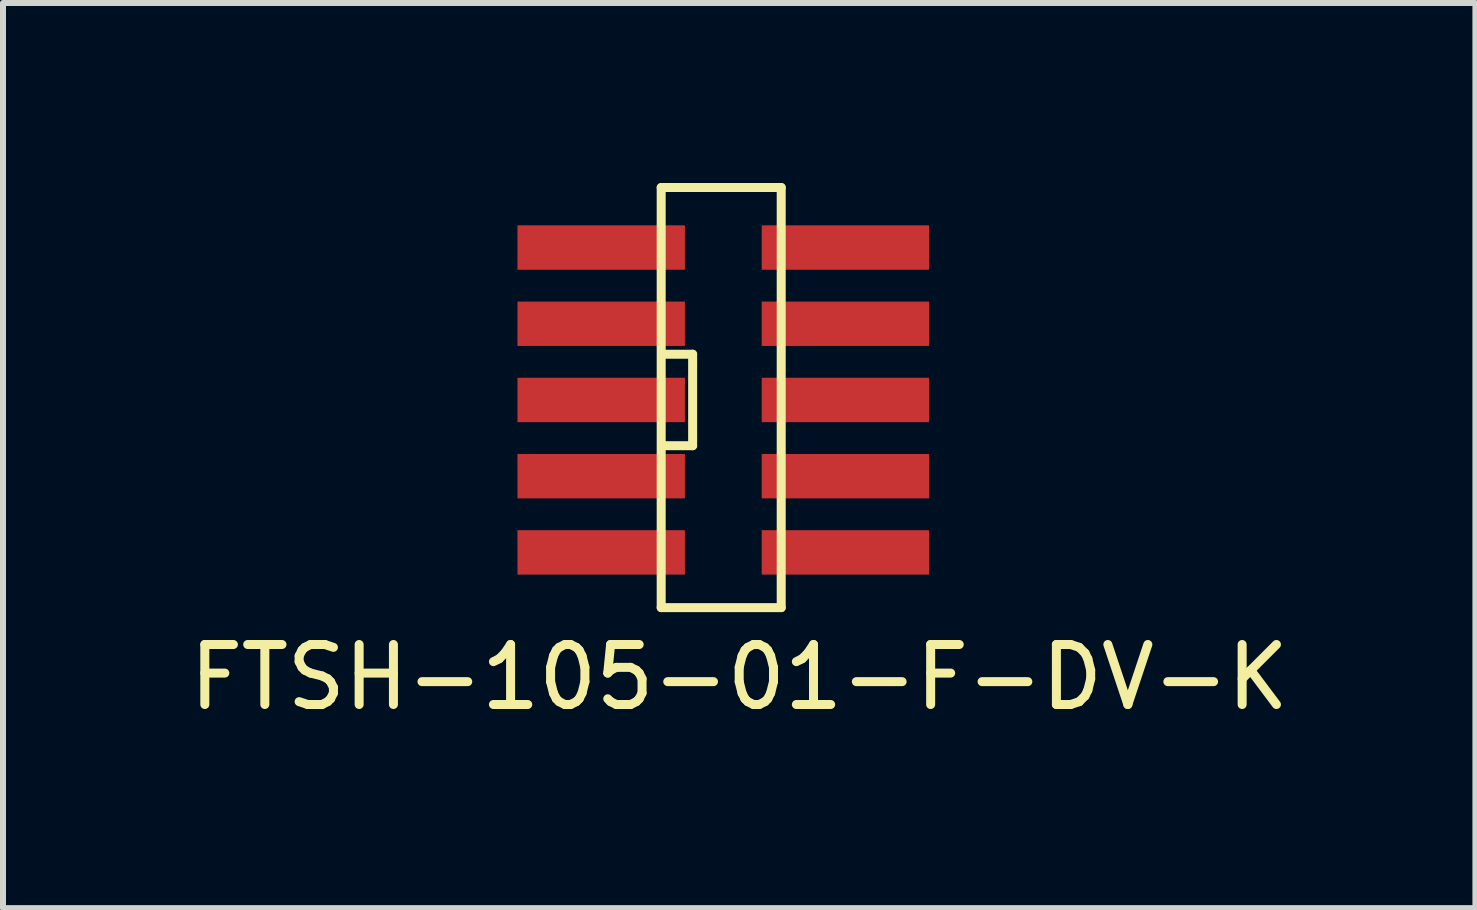
<source format=kicad_pcb>
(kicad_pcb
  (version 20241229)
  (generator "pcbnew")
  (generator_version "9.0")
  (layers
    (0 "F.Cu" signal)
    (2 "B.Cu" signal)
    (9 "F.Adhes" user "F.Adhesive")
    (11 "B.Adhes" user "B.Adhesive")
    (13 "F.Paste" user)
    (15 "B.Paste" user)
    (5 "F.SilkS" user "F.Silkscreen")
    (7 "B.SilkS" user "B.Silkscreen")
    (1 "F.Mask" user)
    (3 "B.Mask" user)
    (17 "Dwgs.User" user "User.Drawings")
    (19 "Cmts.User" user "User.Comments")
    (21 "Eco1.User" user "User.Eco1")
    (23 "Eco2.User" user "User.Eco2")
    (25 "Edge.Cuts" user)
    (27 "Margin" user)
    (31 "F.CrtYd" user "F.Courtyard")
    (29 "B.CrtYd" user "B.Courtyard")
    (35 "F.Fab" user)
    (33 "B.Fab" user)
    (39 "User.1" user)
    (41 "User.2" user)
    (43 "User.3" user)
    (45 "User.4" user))
  (footprint "FTSH-105-01-F-DV-K"
    (layer "F.Cu")
    (at 6.968 1.075)
    (property "Reference" "FTSH-105-01-F-DV-K" (at 2.3 7.16 0) (layer "F.SilkS") (effects (font (size 1 1) (thickness 0.15))))
    (attr smd)
    (fp_line (start 1 -1) (end 1 6) (stroke (width 0.15) (type solid)) (layer "F.SilkS"))
    (fp_line (start 1 6) (end 3 6) (stroke (width 0.15) (type solid)) (layer "F.SilkS"))
    (fp_line (start 1.016 1.778) (end 1.524 1.778) (stroke (width 0.15) (type solid)) (layer "F.SilkS"))
    (fp_line (start 1.524 1.778) (end 1.524 3.302) (stroke (width 0.15) (type solid)) (layer "F.SilkS"))
    (fp_line (start 1.524 3.302) (end 1.016 3.302) (stroke (width 0.15) (type solid)) (layer "F.SilkS"))
    (fp_line (start 3 -1) (end 1 -1) (stroke (width 0.15) (type solid)) (layer "F.SilkS"))
    (fp_line (start 3 6) (end 3 -1) (stroke (width 0.15) (type solid)) (layer "F.SilkS"))
    (pad "1" smd rect (at 0 0 90) (size 0.74 2.79) (layers "F.Cu" "F.Mask" "F.Paste"))
    (pad "2" smd rect (at 4.07 0 90) (size 0.74 2.79) (layers "F.Cu" "F.Mask" "F.Paste"))
    (pad "3" smd rect (at 0 1.27 90) (size 0.74 2.79) (layers "F.Cu" "F.Mask" "F.Paste"))
    (pad "4" smd rect (at 4.07 1.27 90) (size 0.74 2.79) (layers "F.Cu" "F.Mask" "F.Paste"))
    (pad "5" smd rect (at 0 2.54 90) (size 0.74 2.79) (layers "F.Cu" "F.Mask" "F.Paste"))
    (pad "6" smd rect (at 4.07 2.54 90) (size 0.74 2.79) (layers "F.Cu" "F.Mask" "F.Paste"))
    (pad "7" smd rect (at 0 3.81 90) (size 0.74 2.79) (layers "F.Cu" "F.Mask" "F.Paste"))
    (pad "8" smd rect (at 4.07 3.81 90) (size 0.74 2.79) (layers "F.Cu" "F.Mask" "F.Paste"))
    (pad "9" smd rect (at 0 5.08 90) (size 0.74 2.79) (layers "F.Cu" "F.Mask" "F.Paste"))
    (pad "10" smd rect (at 4.07 5.08 90) (size 0.74 2.79) (layers "F.Cu" "F.Mask" "F.Paste")))
  (gr_rect
    (start -3 -3)
    (end 21.536 12.083)
    (stroke (width 0.1) (type default))
    (fill no)
    (layer "Edge.Cuts")))
</source>
